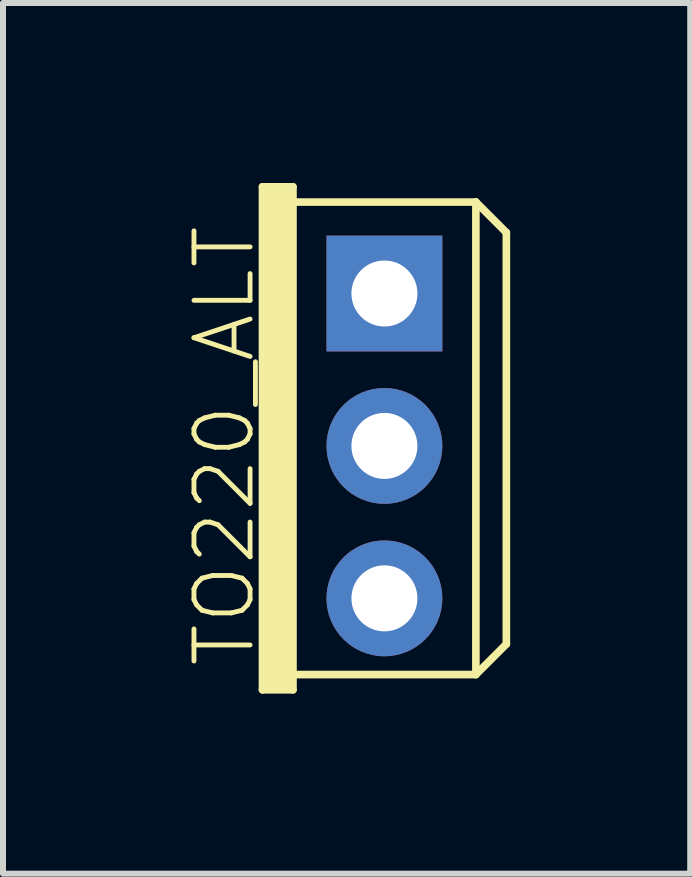
<source format=kicad_pcb>
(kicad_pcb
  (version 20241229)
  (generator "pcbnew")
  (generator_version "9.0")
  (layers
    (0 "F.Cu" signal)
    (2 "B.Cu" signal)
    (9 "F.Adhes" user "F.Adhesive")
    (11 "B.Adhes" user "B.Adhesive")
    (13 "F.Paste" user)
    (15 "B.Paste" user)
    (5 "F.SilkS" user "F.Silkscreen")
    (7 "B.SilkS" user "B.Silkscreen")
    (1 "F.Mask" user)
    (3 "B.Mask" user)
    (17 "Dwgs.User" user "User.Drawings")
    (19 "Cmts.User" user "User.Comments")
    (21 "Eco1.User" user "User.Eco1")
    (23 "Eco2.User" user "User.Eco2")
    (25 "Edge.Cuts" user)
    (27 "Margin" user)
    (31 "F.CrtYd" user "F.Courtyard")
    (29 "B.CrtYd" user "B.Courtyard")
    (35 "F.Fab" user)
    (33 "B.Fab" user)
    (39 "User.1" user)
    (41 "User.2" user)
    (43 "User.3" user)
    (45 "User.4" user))
  (footprint "TO220_ALT"
    (layer "F.Cu")
    (at 3.356 4.381)
    (property "Reference" "TO220_ALT" (at -2.667 0 90) (layer "F.SilkS") (effects (font (size 0.935 0.935) (thickness 0.081))))
    (fp_line (start -2.032 -4.318) (end -2.032 4.064) (stroke (width 0.127) (type solid)) (layer "F.SilkS"))
    (fp_line (start -2.032 4.064) (end -1.524 4.064) (stroke (width 0.127) (type solid)) (layer "F.SilkS"))
    (fp_line (start -1.524 -4.318) (end -2.032 -4.318) (stroke (width 0.127) (type solid)) (layer "F.SilkS"))
    (fp_line (start -1.524 -4.064) (end -1.524 -4.318) (stroke (width 0.127) (type solid)) (layer "F.SilkS"))
    (fp_line (start -1.524 3.81) (end -1.524 -4.064) (stroke (width 0.127) (type solid)) (layer "F.SilkS"))
    (fp_line (start -1.524 4.064) (end -1.524 3.81) (stroke (width 0.127) (type solid)) (layer "F.SilkS"))
    (fp_line (start 1.524 -4.064) (end -1.524 -4.064) (stroke (width 0.127) (type solid)) (layer "F.SilkS"))
    (fp_line (start 1.524 -4.064) (end 1.524 3.81) (stroke (width 0.127) (type solid)) (layer "F.SilkS"))
    (fp_line (start 1.524 -4.064) (end 2.032 -3.556) (stroke (width 0.127) (type solid)) (layer "F.SilkS"))
    (fp_line (start 1.524 3.81) (end -1.524 3.81) (stroke (width 0.127) (type solid)) (layer "F.SilkS"))
    (fp_line (start 2.032 -3.556) (end 2.032 3.302) (stroke (width 0.127) (type solid)) (layer "F.SilkS"))
    (fp_line (start 2.032 3.302) (end 1.524 3.81) (stroke (width 0.127) (type solid)) (layer "F.SilkS"))
    (fp_poly (pts (xy -2.032 4.064) (xy -1.524 4.064) (xy -1.524 -4.318) (xy -2.032 -4.318)) (stroke (width 0) (type solid)) (fill yes) (layer "F.SilkS"))
    (pad "1" thru_hole rect (at 0 -2.54) (size 1.93 1.93) (drill 1.1) (layers "*.Cu" "*.Mask"))
    (pad "2" thru_hole circle (at 0 0) (size 1.93 1.93) (drill 1.1) (layers "*.Cu" "*.Mask"))
    (pad "3" thru_hole circle (at 0 2.54) (size 1.93 1.93) (drill 1.1) (layers "*.Cu" "*.Mask")))
  (gr_rect
    (start -3 -3)
    (end 8.452 11.509)
    (stroke (width 0.1) (type default))
    (fill no)
    (layer "Edge.Cuts")))
</source>
